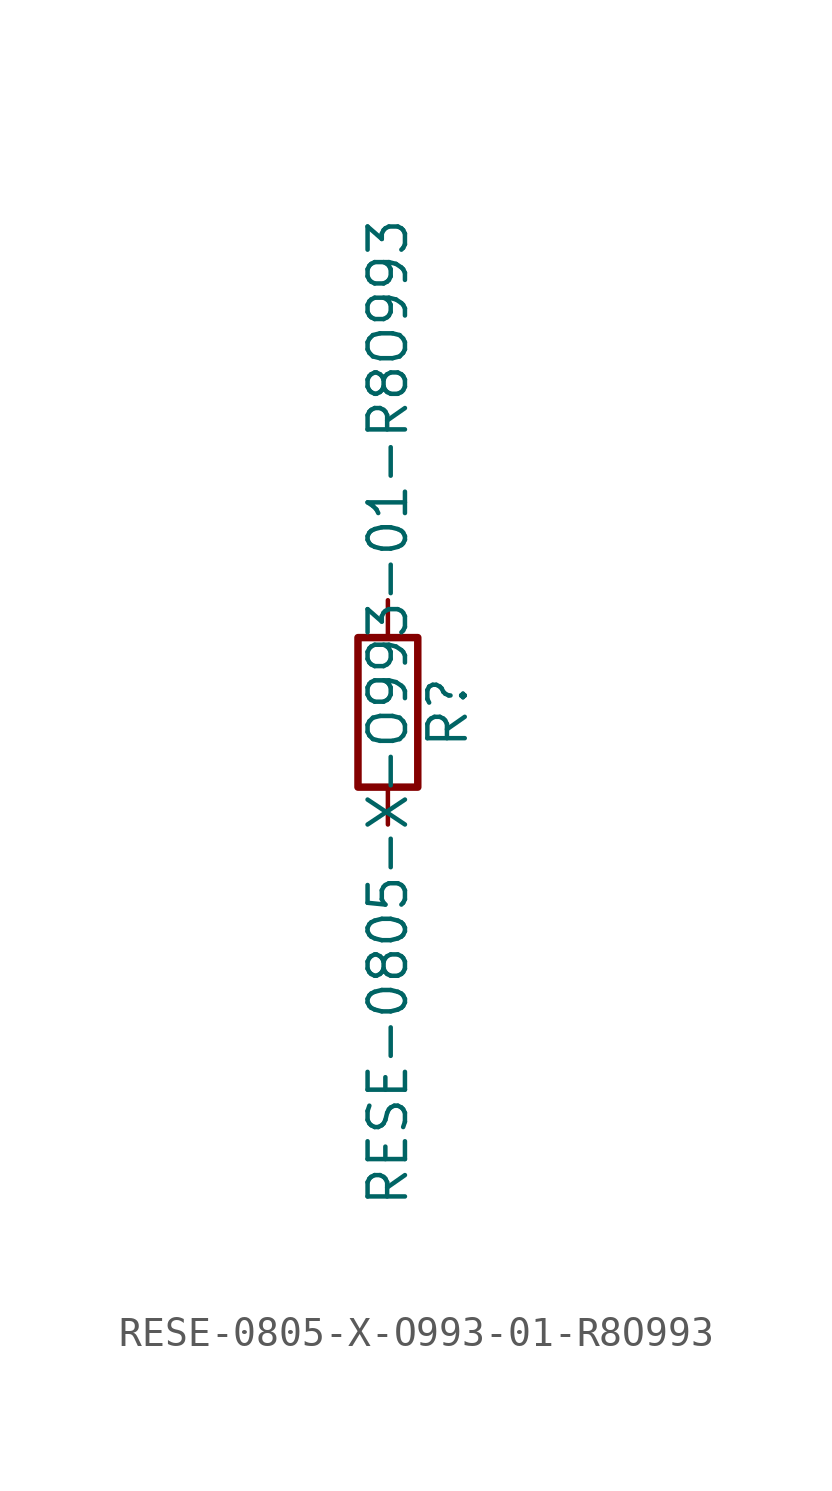
<source format=kicad_sym>
(kicad_symbol_lib
  (version 20211014)
  (generator kicad_symbol_editor)
  (symbol "RESE-0805-X-O993-01-R8O993"
    (pin_numbers hide)
    (pin_names
      (offset 0))
    (property "Reference" "R"
      (at 2.032 0 90)
      (effects (font (size 1.27 1.27))))
    (property "Value" "RESE-0805-X-O993-01-R8O993"
      (at 0 0 90)
      (effects (font (size 1.27 1.27))))
    (symbol "RESE-0805-X-O993-01-R8O993_0_1"
      (rectangle (start -1.016 -2.54) (end 1.016 2.54) (stroke (width 0.254) (type default) (color 0 0 0 0)) (fill (type none))))
    (symbol "RESE-0805-X-O993-01-R8O993_1_1"
      (pin passive line (at 0 3.81 270) (length 1.27) (name "~" (effects (font (size 1.27 1.27)))) (number "1" (effects (font (size 1.27 1.27)))))
      (pin passive line (at 0 -3.81 90) (length 1.27) (name "~" (effects (font (size 1.27 1.27)))) (number "2" (effects (font (size 1.27 1.27))))))))
</source>
